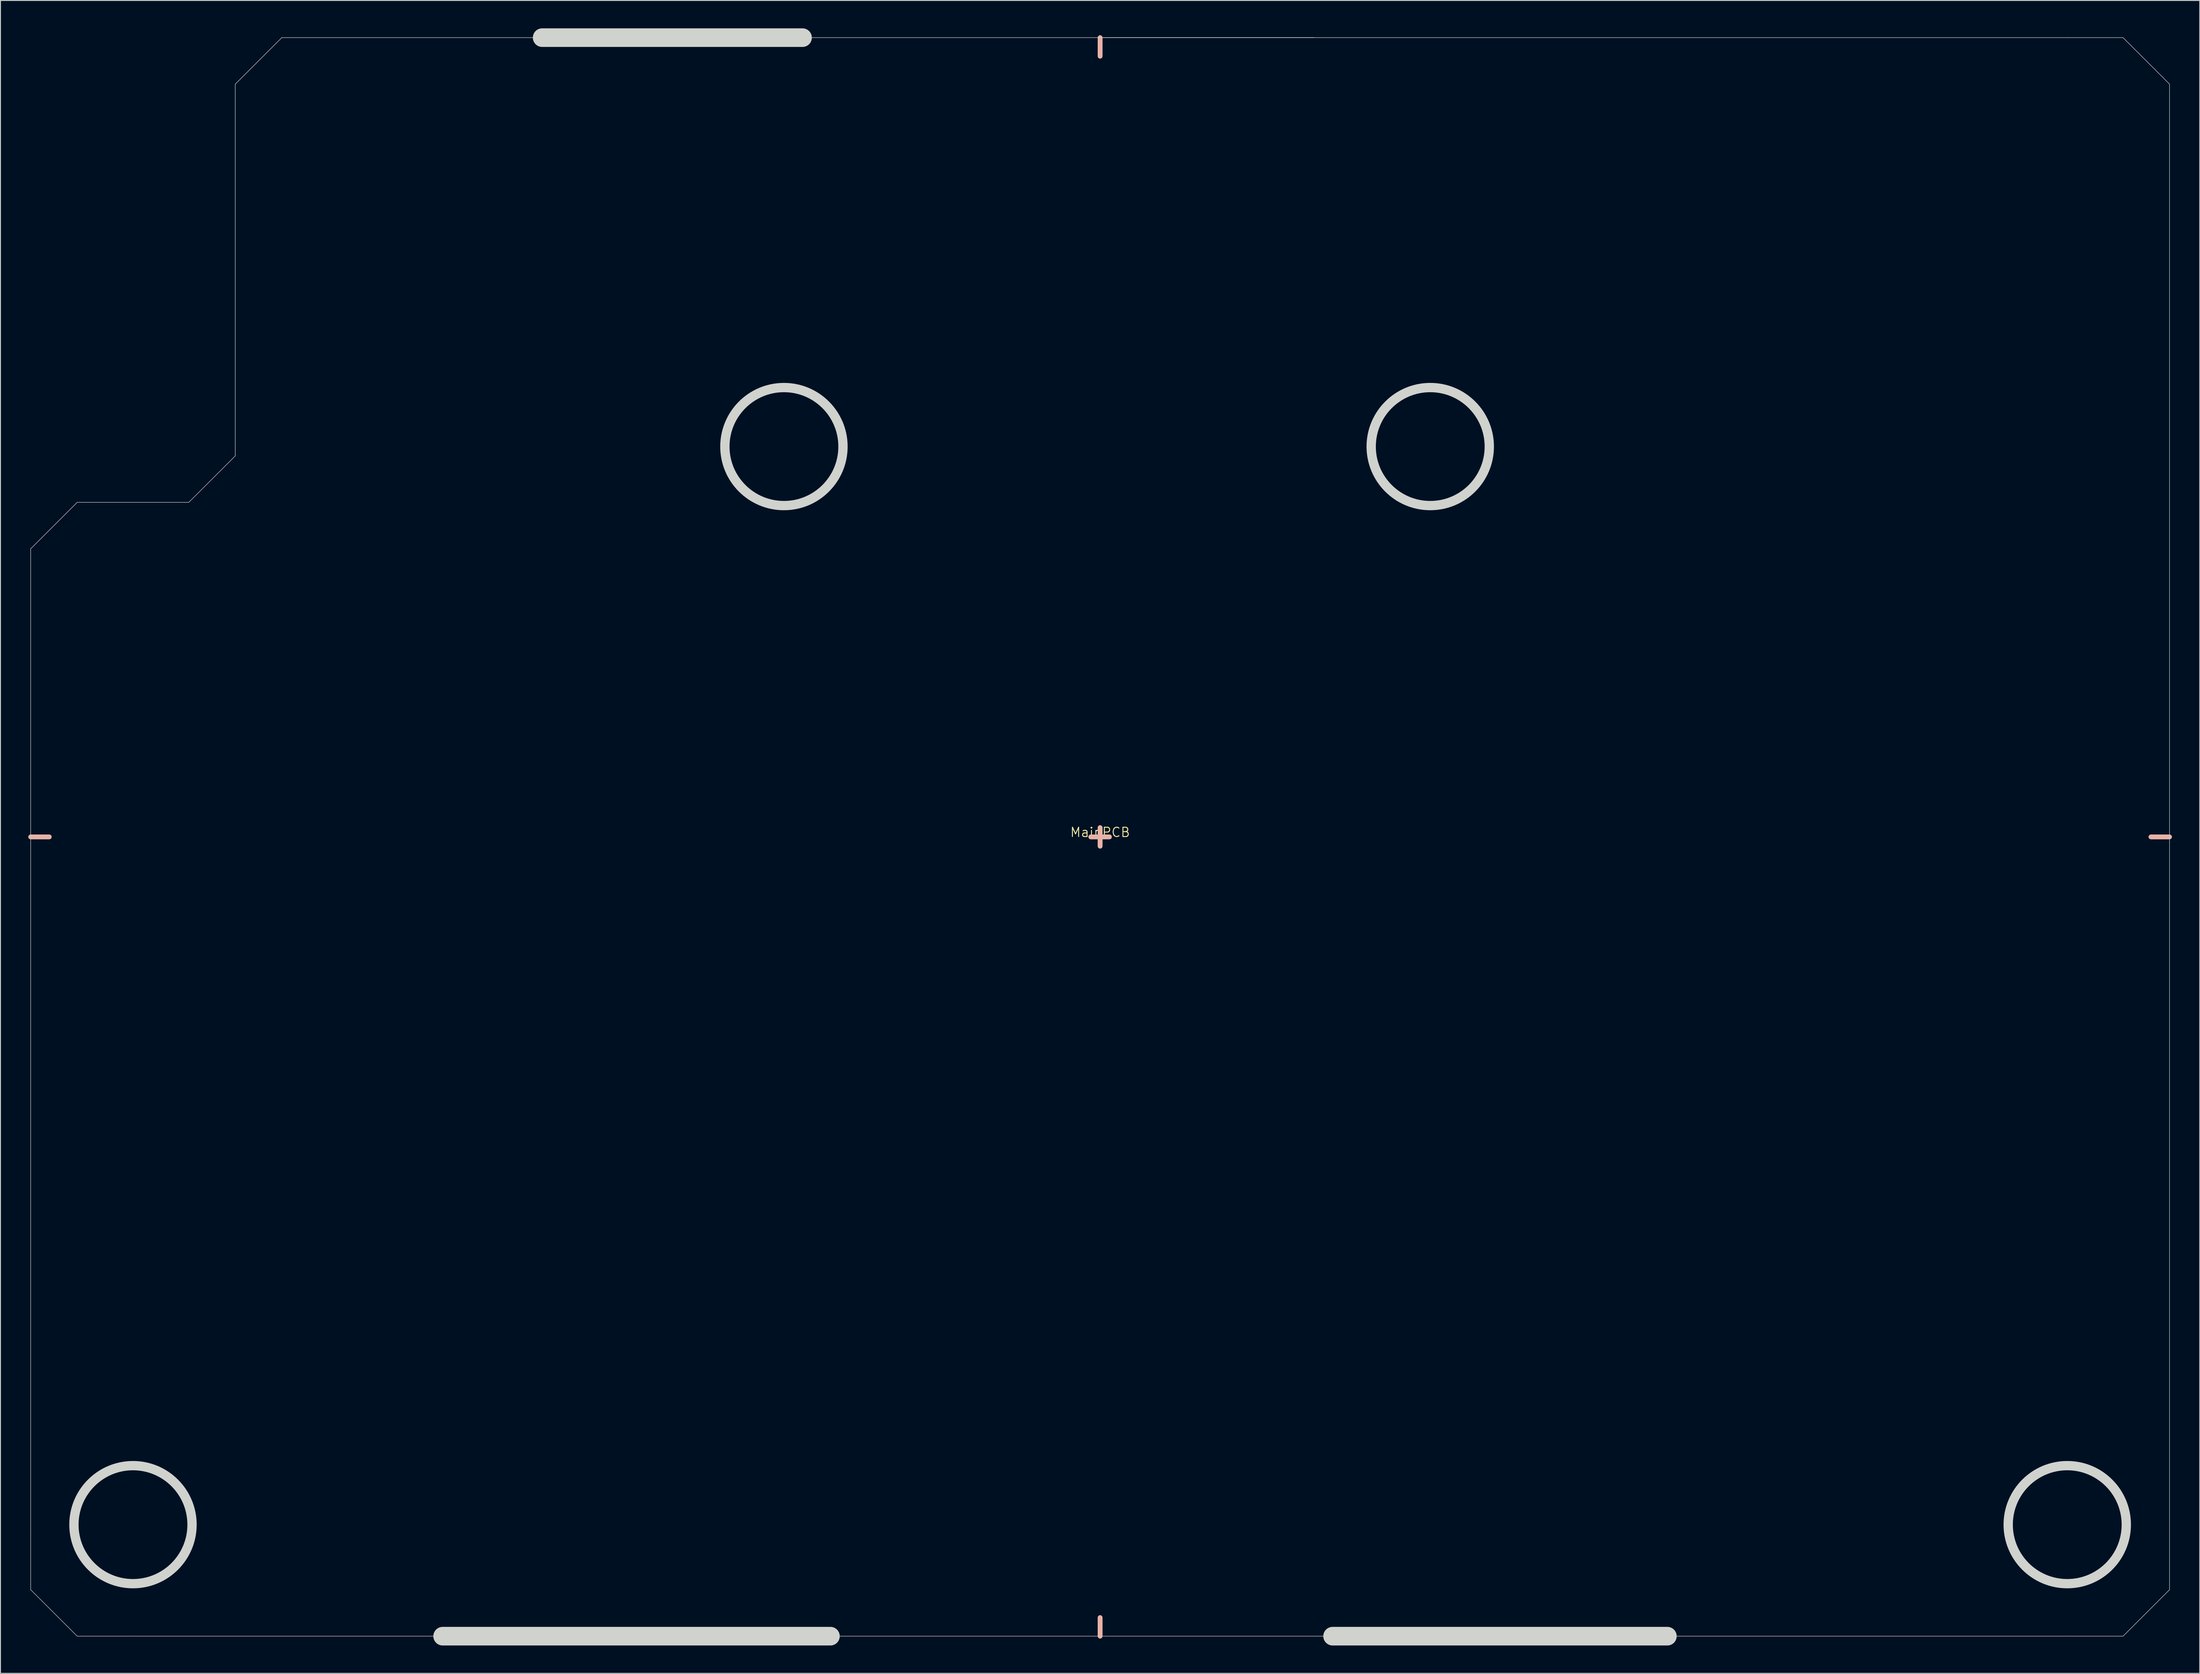
<source format=kicad_pcb>
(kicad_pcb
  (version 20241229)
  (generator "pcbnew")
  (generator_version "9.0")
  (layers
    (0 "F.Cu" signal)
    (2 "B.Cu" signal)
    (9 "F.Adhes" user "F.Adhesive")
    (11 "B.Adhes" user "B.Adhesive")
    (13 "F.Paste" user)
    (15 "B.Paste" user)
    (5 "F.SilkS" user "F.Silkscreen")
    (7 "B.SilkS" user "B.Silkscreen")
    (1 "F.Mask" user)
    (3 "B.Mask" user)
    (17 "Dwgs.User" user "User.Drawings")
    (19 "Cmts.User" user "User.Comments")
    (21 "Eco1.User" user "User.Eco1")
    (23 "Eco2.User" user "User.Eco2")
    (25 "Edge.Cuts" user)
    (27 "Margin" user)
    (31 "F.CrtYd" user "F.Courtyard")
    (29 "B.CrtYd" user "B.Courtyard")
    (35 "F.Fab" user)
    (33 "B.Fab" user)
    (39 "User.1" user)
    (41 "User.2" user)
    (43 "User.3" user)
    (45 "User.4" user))
  (footprint "MainPCB"
    (layer "F.Cu")
    (at 115.25 87)
    (property "Reference" "MainPCB" (at 0 -0.5 0) (unlocked yes) (layer "F.SilkS") (effects (font (size 1 1) (thickness 0.1))))
    (attr smd)
    (fp_line (start -115 0) (end -113 0) (stroke (width 0.5) (type solid)) (layer "F.SilkS"))
    (fp_line (start -1 0) (end 1 0) (stroke (width 0.5) (type solid)) (layer "F.SilkS"))
    (fp_line (start 0 -86) (end 0 -84) (stroke (width 0.5) (type solid)) (layer "F.SilkS"))
    (fp_line (start 0 -1) (end 0 1) (stroke (width 0.5) (type solid)) (layer "F.SilkS"))
    (fp_line (start 0 84) (end 0 86) (stroke (width 0.5) (type solid)) (layer "F.SilkS"))
    (fp_line (start 113 0) (end 115 0) (stroke (width 0.5) (type solid)) (layer "F.SilkS"))
    (fp_line (start -113 0) (end -115 0) (stroke (width 0.5) (type solid)) (layer "B.SilkS"))
    (fp_line (start 0 -84) (end 0 -86) (stroke (width 0.5) (type solid)) (layer "B.SilkS"))
    (fp_line (start 0 1) (end 0 -1) (stroke (width 0.5) (type solid)) (layer "B.SilkS"))
    (fp_line (start 0 86) (end 0 84) (stroke (width 0.5) (type solid)) (layer "B.SilkS"))
    (fp_line (start 1 0) (end -1 0) (stroke (width 0.5) (type solid)) (layer "B.SilkS"))
    (fp_line (start 115 0) (end 113 0) (stroke (width 0.5) (type solid)) (layer "B.SilkS"))
    (fp_line (start -115 -31) (end -115 75) (stroke (width 0.05) (type default)) (layer "Edge.Cuts"))
    (fp_line (start -115 75) (end -115 81) (stroke (width 0.05) (type default)) (layer "Edge.Cuts"))
    (fp_line (start -115 81) (end -110 86) (stroke (width 0.05) (type default)) (layer "Edge.Cuts"))
    (fp_line (start -110 -36) (end -115 -31) (stroke (width 0.05) (type default)) (layer "Edge.Cuts"))
    (fp_line (start -110 86) (end -104 86) (stroke (width 0.05) (type default)) (layer "Edge.Cuts"))
    (fp_line (start -104 86) (end 104 86) (stroke (width 0.05) (type default)) (layer "Edge.Cuts"))
    (fp_line (start -98 -36) (end -110 -36) (stroke (width 0.05) (type default)) (layer "Edge.Cuts"))
    (fp_line (start -93 -81) (end -93 -41) (stroke (width 0.05) (type default)) (layer "Edge.Cuts"))
    (fp_line (start -93 -41) (end -98 -36) (stroke (width 0.05) (type default)) (layer "Edge.Cuts"))
    (fp_line (start -88 -86) (end -93 -81) (stroke (width 0.05) (type default)) (layer "Edge.Cuts"))
    (fp_line (start -81 -86) (end -88 -86) (stroke (width 0.05) (type default)) (layer "Edge.Cuts"))
    (fp_line (start -32 -86) (end -60 -86) (stroke (width 2) (type solid)) (layer "Edge.Cuts"))
    (fp_line (start -29 86) (end -70.7 86) (stroke (width 2) (type solid)) (layer "Edge.Cuts"))
    (fp_line (start 23 -86) (end -81 -86) (stroke (width 0.05) (type default)) (layer "Edge.Cuts"))
    (fp_line (start 25 86) (end 61 86) (stroke (width 2) (type solid)) (layer "Edge.Cuts"))
    (fp_line (start 104 -86) (end 0 -86) (stroke (width 0.05) (type default)) (layer "Edge.Cuts"))
    (fp_line (start 104 -86) (end 110 -86) (stroke (width 0.05) (type default)) (layer "Edge.Cuts"))
    (fp_line (start 110 -86) (end 115 -81) (stroke (width 0.05) (type default)) (layer "Edge.Cuts"))
    (fp_line (start 110 86) (end 104 86) (stroke (width 0.05) (type default)) (layer "Edge.Cuts"))
    (fp_line (start 115 -81) (end 115 -75) (stroke (width 0.05) (type default)) (layer "Edge.Cuts"))
    (fp_line (start 115 75) (end 115 -75) (stroke (width 0.05) (type default)) (layer "Edge.Cuts"))
    (fp_line (start 115 75) (end 115 81) (stroke (width 0.05) (type default)) (layer "Edge.Cuts"))
    (fp_line (start 115 81) (end 110 86) (stroke (width 0.05) (type default)) (layer "Edge.Cuts"))
    (fp_circle (center -104 74) (end -97.65 74) (stroke (width 1) (type solid)) (fill no) (layer "Edge.Cuts"))
    (fp_circle (center -34 -42) (end -27.65 -42) (stroke (width 1) (type solid)) (fill no) (layer "Edge.Cuts"))
    (fp_circle (center 35.5 -42) (end 41.85 -42) (stroke (width 1) (type solid)) (fill no) (layer "Edge.Cuts"))
    (fp_circle (center 104 74) (end 110.35 74) (stroke (width 1) (type solid)) (fill no) (layer "Edge.Cuts")))
  (gr_rect
    (start -3 -3)
    (end 233.5 177)
    (stroke (width 0.1) (type default))
    (fill no)
    (layer "Edge.Cuts")))
</source>
